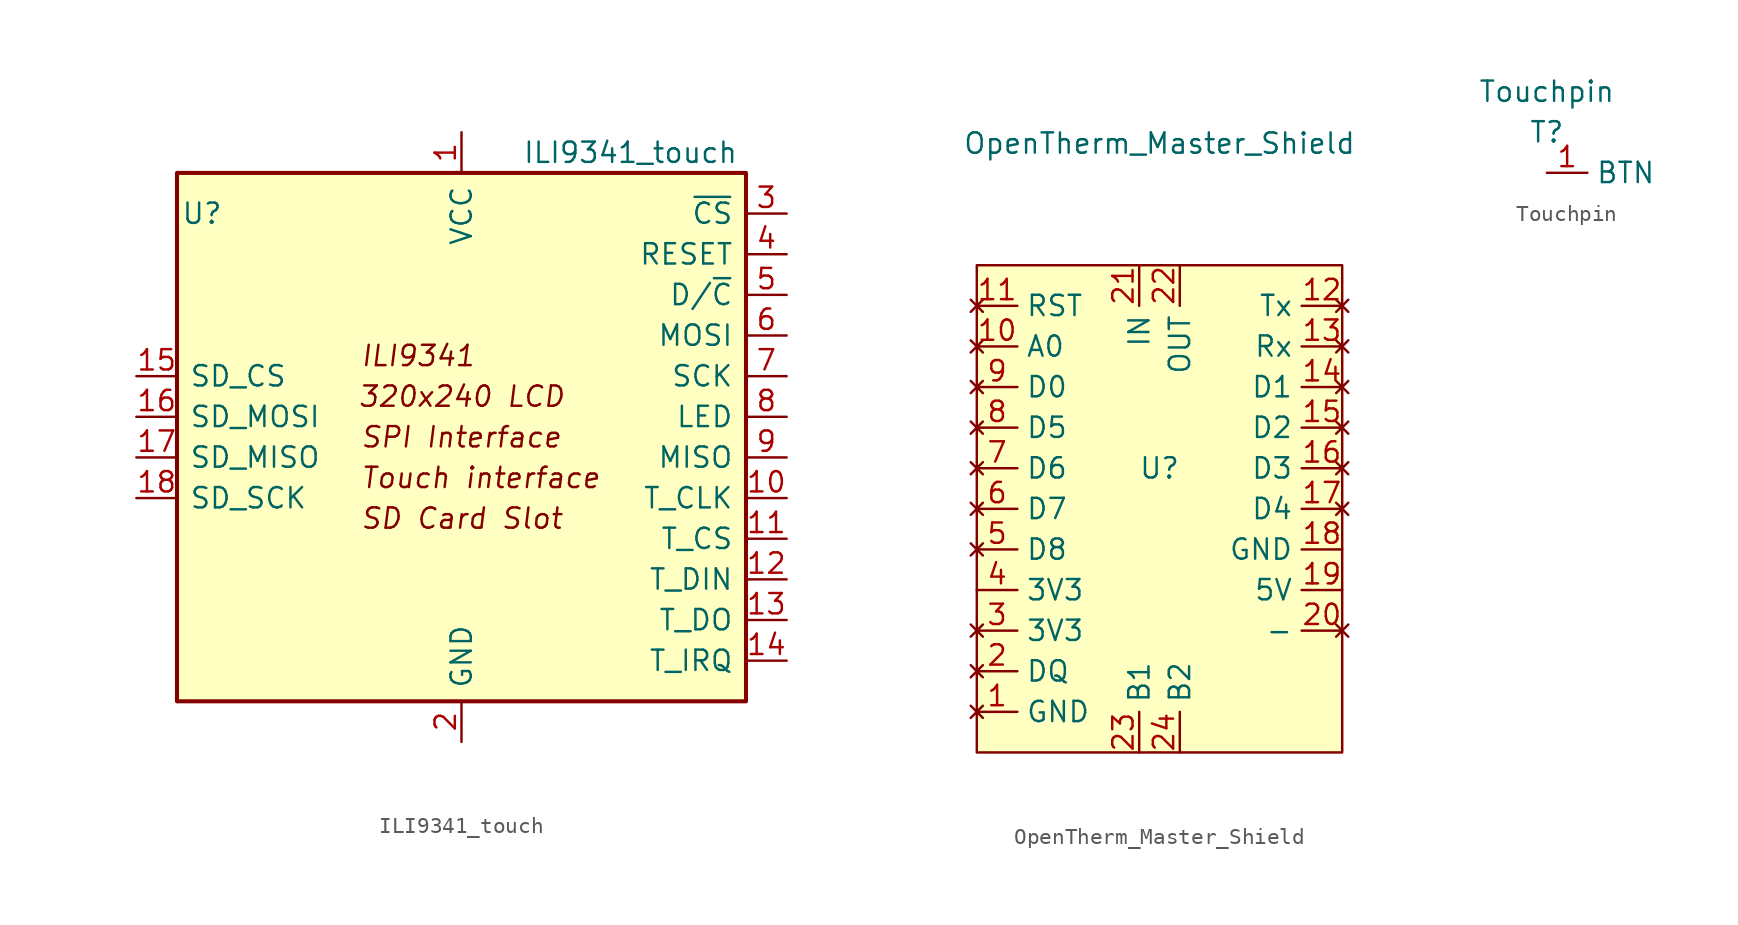
<source format=kicad_sym>
(kicad_symbol_lib
  (version 20211014)
  (generator kicad_symbol_editor)
  (symbol "ILI9341_touch"
    (pin_names
      (offset 0.762))
    (property "Reference" "U"
      (at -17.526 13.97 0)
      (effects (font (size 1.27 1.27)) (justify left)))
    (property "Value" "ILI9341_touch"
      (at 3.81 17.78 0)
      (effects (font (size 1.27 1.27)) (justify left)))
    (symbol "ILI9341_touch_0_0"
      (text "320x240 LCD" (at 0 2.54 0) (effects (font (size 1.27 1.27) italic)))
      (text "ILI9341" (at -6.35 5.08 0) (effects (font (size 1.27 1.27) italic) (justify left)))
      (text "SD Card Slot" (at -6.35 -5.08 0) (effects (font (size 1.27 1.27) italic) (justify left)))
      (text "SPI Interface" (at -6.35 0 0) (effects (font (size 1.27 1.27) italic) (justify left)))
      (text "Touch interface" (at -6.35 -2.54 0) (effects (font (size 1.27 1.27) italic) (justify left))))
    (symbol "ILI9341_touch_0_1"
      (rectangle (start -17.78 16.51) (end 17.78 -16.51) (stroke (width 0.254) (type default) (color 0 0 0 0)) (fill (type background))))
    (symbol "ILI9341_touch_1_1"
      (pin power_in line (at 0 19.05 270) (length 2.54) (name "VCC" (effects (font (size 1.27 1.27)))) (number "1" (effects (font (size 1.27 1.27)))))
      (pin input line (at 20.32 -3.81 180) (length 2.54) (name "T_CLK" (effects (font (size 1.27 1.27)))) (number "10" (effects (font (size 1.27 1.27)))))
      (pin input line (at 20.32 -6.35 180) (length 2.54) (name "T_CS" (effects (font (size 1.27 1.27)))) (number "11" (effects (font (size 1.27 1.27)))))
      (pin input line (at 20.32 -8.89 180) (length 2.54) (name "T_DIN" (effects (font (size 1.27 1.27)))) (number "12" (effects (font (size 1.27 1.27)))))
      (pin input line (at 20.32 -11.43 180) (length 2.54) (name "T_DO" (effects (font (size 1.27 1.27)))) (number "13" (effects (font (size 1.27 1.27)))))
      (pin input line (at 20.32 -13.97 180) (length 2.54) (name "T_IRQ" (effects (font (size 1.27 1.27)))) (number "14" (effects (font (size 1.27 1.27)))))
      (pin input line (at -20.32 3.81 0) (length 2.54) (name "SD_CS" (effects (font (size 1.27 1.27)))) (number "15" (effects (font (size 1.27 1.27)))))
      (pin input line (at -20.32 1.27 0) (length 2.54) (name "SD_MOSI" (effects (font (size 1.27 1.27)))) (number "16" (effects (font (size 1.27 1.27)))))
      (pin input line (at -20.32 -1.27 0) (length 2.54) (name "SD_MISO" (effects (font (size 1.27 1.27)))) (number "17" (effects (font (size 1.27 1.27)))))
      (pin input line (at -20.32 -3.81 0) (length 2.54) (name "SD_SCK" (effects (font (size 1.27 1.27)))) (number "18" (effects (font (size 1.27 1.27)))))
      (pin power_in line (at 0 -19.05 90) (length 2.54) (name "GND" (effects (font (size 1.27 1.27)))) (number "2" (effects (font (size 1.27 1.27)))))
      (pin input line (at 20.32 13.97 180) (length 2.54) (name "~{CS}" (effects (font (size 1.27 1.27)))) (number "3" (effects (font (size 1.27 1.27)))))
      (pin input line (at 20.32 11.43 180) (length 2.54) (name "RESET" (effects (font (size 1.27 1.27)))) (number "4" (effects (font (size 1.27 1.27)))))
      (pin input line (at 20.32 8.89 180) (length 2.54) (name "D/~{C}" (effects (font (size 1.27 1.27)))) (number "5" (effects (font (size 1.27 1.27)))))
      (pin input line (at 20.32 6.35 180) (length 2.54) (name "MOSI" (effects (font (size 1.27 1.27)))) (number "6" (effects (font (size 1.27 1.27)))))
      (pin input line (at 20.32 3.81 180) (length 2.54) (name "SCK" (effects (font (size 1.27 1.27)))) (number "7" (effects (font (size 1.27 1.27)))))
      (pin input line (at 20.32 1.27 180) (length 2.54) (name "LED" (effects (font (size 1.27 1.27)))) (number "8" (effects (font (size 1.27 1.27)))))
      (pin input line (at 20.32 -1.27 180) (length 2.54) (name "MISO" (effects (font (size 1.27 1.27)))) (number "9" (effects (font (size 1.27 1.27)))))))
  (symbol "OpenTherm_Master_Shield"
    (property "Reference" "U"
      (at 0 0 0)
      (effects (font (size 1.27 1.27))))
    (property "Value" "OpenTherm_Master_Shield"
      (at 0 20.32 0)
      (effects (font (size 1.27 1.27))))
    (symbol "OpenTherm_Master_Shield_0_1"
      (rectangle (start -11.43 -17.78) (end 11.43 12.7) (stroke (width 0) (type default) (color 0 0 0 0)) (fill (type background))))
    (symbol "OpenTherm_Master_Shield_1_1"
      (pin no_connect line (at -11.43 -15.24 0) (length 2.54) (name "GND" (effects (font (size 1.27 1.27)))) (number "1" (effects (font (size 1.27 1.27)))))
      (pin no_connect line (at -11.43 7.62 0) (length 2.54) (name "A0" (effects (font (size 1.27 1.27)))) (number "10" (effects (font (size 1.27 1.27)))))
      (pin no_connect line (at -11.43 10.16 0) (length 2.54) (name "RST" (effects (font (size 1.27 1.27)))) (number "11" (effects (font (size 1.27 1.27)))))
      (pin no_connect line (at 11.43 10.16 180) (length 2.54) (name "Tx" (effects (font (size 1.27 1.27)))) (number "12" (effects (font (size 1.27 1.27)))))
      (pin no_connect line (at 11.43 7.62 180) (length 2.54) (name "Rx" (effects (font (size 1.27 1.27)))) (number "13" (effects (font (size 1.27 1.27)))))
      (pin no_connect line (at 11.43 5.08 180) (length 2.54) (name "D1" (effects (font (size 1.27 1.27)))) (number "14" (effects (font (size 1.27 1.27)))))
      (pin no_connect line (at 11.43 2.54 180) (length 2.54) (name "D2" (effects (font (size 1.27 1.27)))) (number "15" (effects (font (size 1.27 1.27)))))
      (pin no_connect line (at 11.43 0 180) (length 2.54) (name "D3" (effects (font (size 1.27 1.27)))) (number "16" (effects (font (size 1.27 1.27)))))
      (pin no_connect line (at 11.43 -2.54 180) (length 2.54) (name "D4" (effects (font (size 1.27 1.27)))) (number "17" (effects (font (size 1.27 1.27)))))
      (pin power_in line (at 11.43 -5.08 180) (length 2.54) (name "GND" (effects (font (size 1.27 1.27)))) (number "18" (effects (font (size 1.27 1.27)))))
      (pin power_in line (at 11.43 -7.62 180) (length 2.54) (name "5V" (effects (font (size 1.27 1.27)))) (number "19" (effects (font (size 1.27 1.27)))))
      (pin no_connect line (at -11.43 -12.7 0) (length 2.54) (name "DQ" (effects (font (size 1.27 1.27)))) (number "2" (effects (font (size 1.27 1.27)))))
      (pin no_connect line (at 11.43 -10.16 180) (length 2.54) (name "-" (effects (font (size 1.27 1.27)))) (number "20" (effects (font (size 1.27 1.27)))))
      (pin input line (at -1.27 12.7 270) (length 2.54) (name "IN" (effects (font (size 1.27 1.27)))) (number "21" (effects (font (size 1.27 1.27)))))
      (pin output line (at 1.27 12.7 270) (length 2.54) (name "OUT" (effects (font (size 1.27 1.27)))) (number "22" (effects (font (size 1.27 1.27)))))
      (pin output line (at -1.27 -17.78 90) (length 2.54) (name "B1" (effects (font (size 1.27 1.27)))) (number "23" (effects (font (size 1.27 1.27)))))
      (pin output line (at 1.27 -17.78 90) (length 2.54) (name "B2" (effects (font (size 1.27 1.27)))) (number "24" (effects (font (size 1.27 1.27)))))
      (pin no_connect line (at -11.43 -10.16 0) (length 2.54) (name "3V3" (effects (font (size 1.27 1.27)))) (number "3" (effects (font (size 1.27 1.27)))))
      (pin power_in line (at -11.43 -7.62 0) (length 2.54) (name "3V3" (effects (font (size 1.27 1.27)))) (number "4" (effects (font (size 1.27 1.27)))))
      (pin no_connect line (at -11.43 -5.08 0) (length 2.54) (name "D8" (effects (font (size 1.27 1.27)))) (number "5" (effects (font (size 1.27 1.27)))))
      (pin no_connect line (at -11.43 -2.54 0) (length 2.54) (name "D7" (effects (font (size 1.27 1.27)))) (number "6" (effects (font (size 1.27 1.27)))))
      (pin no_connect line (at -11.43 0 0) (length 2.54) (name "D6" (effects (font (size 1.27 1.27)))) (number "7" (effects (font (size 1.27 1.27)))))
      (pin no_connect line (at -11.43 2.54 0) (length 2.54) (name "D5" (effects (font (size 1.27 1.27)))) (number "8" (effects (font (size 1.27 1.27)))))
      (pin no_connect line (at -11.43 5.08 0) (length 2.54) (name "D0" (effects (font (size 1.27 1.27)))) (number "9" (effects (font (size 1.27 1.27)))))))
  (symbol "Touchpin"
    (property "Reference" "T"
      (at 0 2.54 0)
      (effects (font (size 1.27 1.27))))
    (property "Value" "Touchpin"
      (at 0 5.08 0)
      (effects (font (size 1.27 1.27))))
    (symbol "Touchpin_1_1"
      (pin output line (at 0 0 0) (length 2.54) (name "BTN" (effects (font (size 1.27 1.27)))) (number "1" (effects (font (size 1.27 1.27))))))))
</source>
